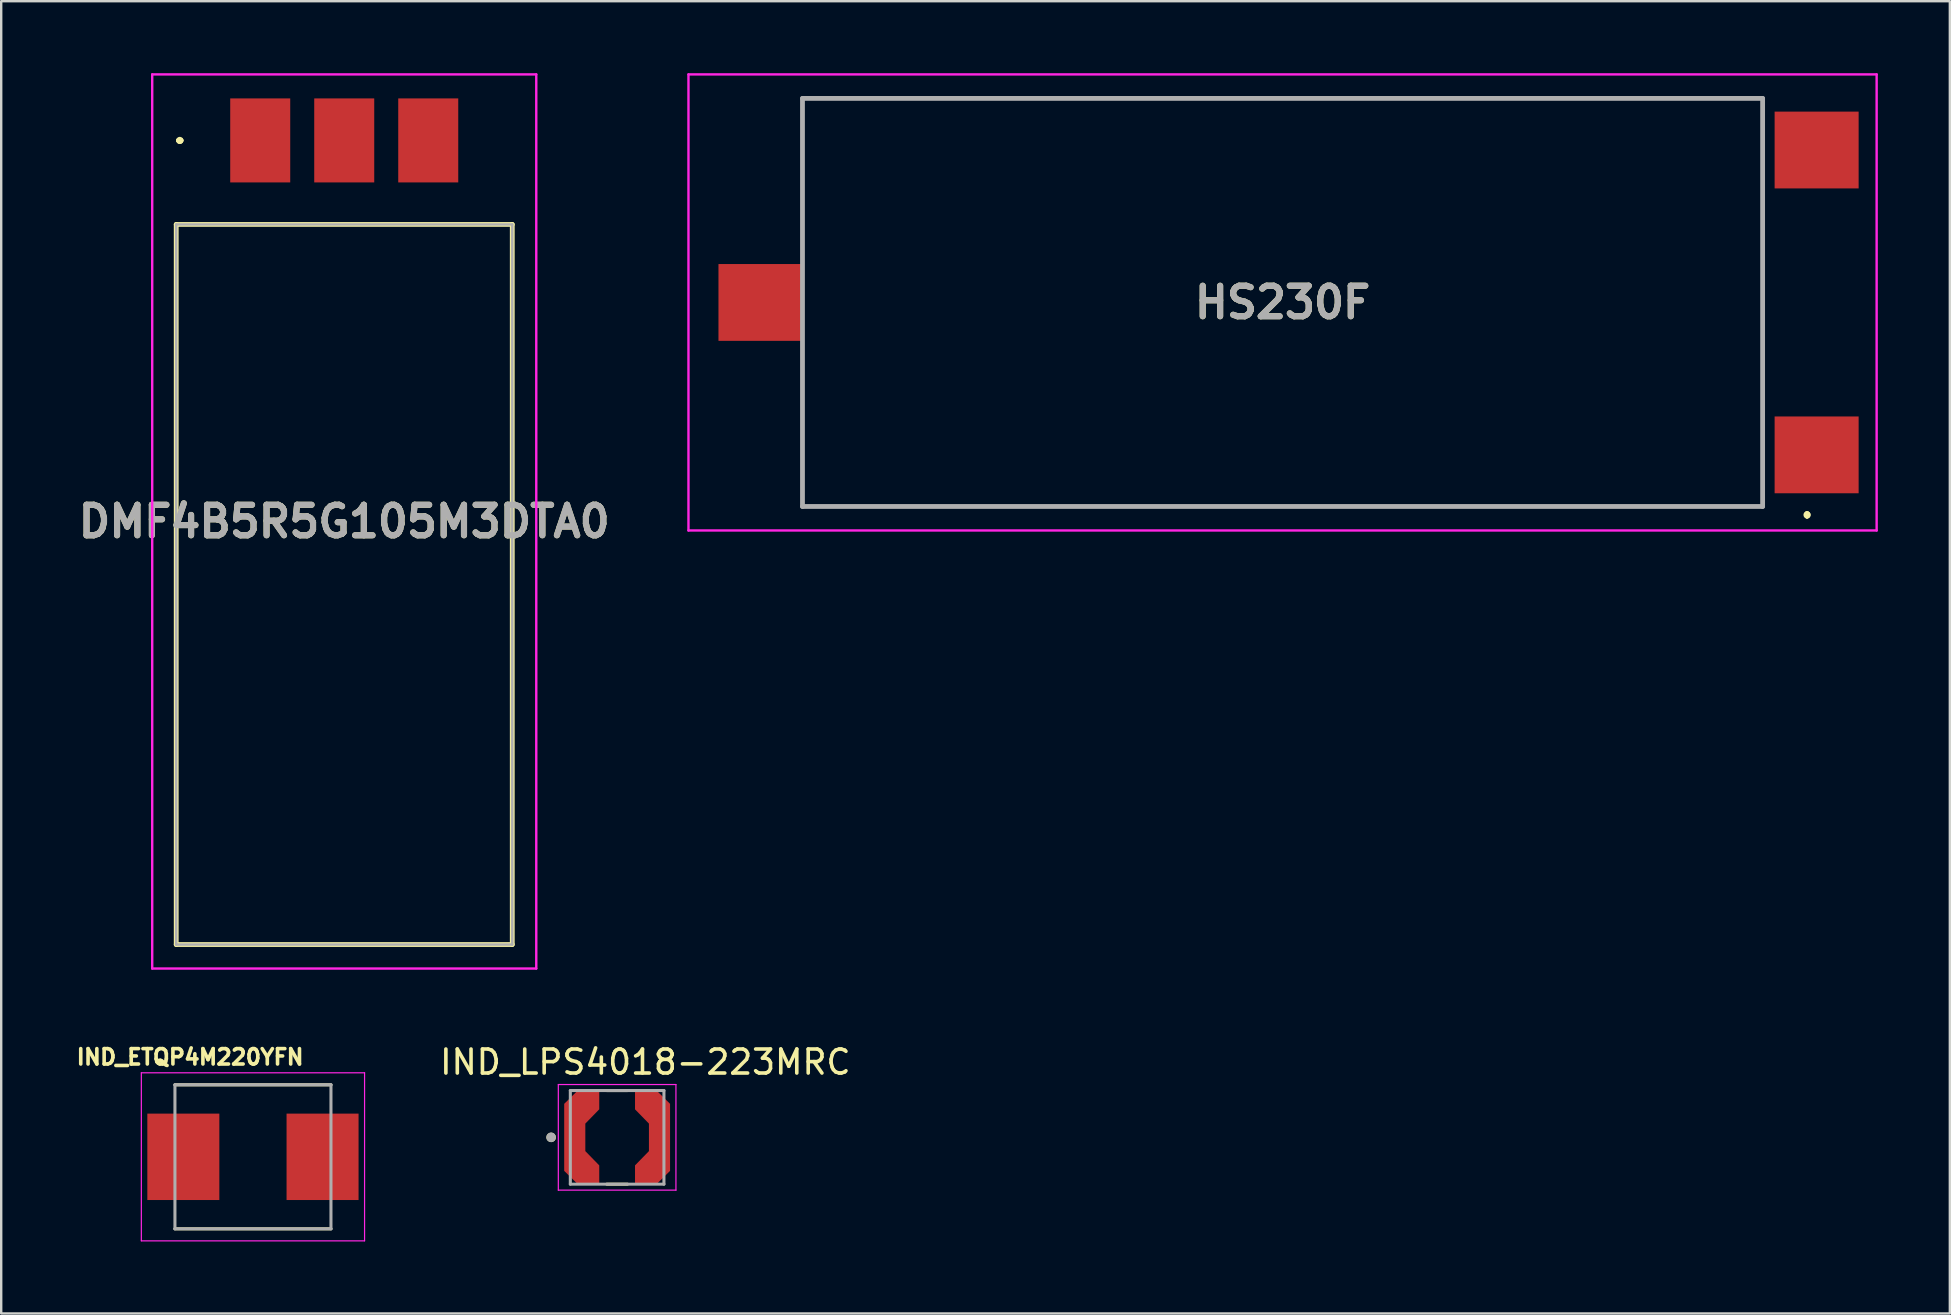
<source format=kicad_pcb>
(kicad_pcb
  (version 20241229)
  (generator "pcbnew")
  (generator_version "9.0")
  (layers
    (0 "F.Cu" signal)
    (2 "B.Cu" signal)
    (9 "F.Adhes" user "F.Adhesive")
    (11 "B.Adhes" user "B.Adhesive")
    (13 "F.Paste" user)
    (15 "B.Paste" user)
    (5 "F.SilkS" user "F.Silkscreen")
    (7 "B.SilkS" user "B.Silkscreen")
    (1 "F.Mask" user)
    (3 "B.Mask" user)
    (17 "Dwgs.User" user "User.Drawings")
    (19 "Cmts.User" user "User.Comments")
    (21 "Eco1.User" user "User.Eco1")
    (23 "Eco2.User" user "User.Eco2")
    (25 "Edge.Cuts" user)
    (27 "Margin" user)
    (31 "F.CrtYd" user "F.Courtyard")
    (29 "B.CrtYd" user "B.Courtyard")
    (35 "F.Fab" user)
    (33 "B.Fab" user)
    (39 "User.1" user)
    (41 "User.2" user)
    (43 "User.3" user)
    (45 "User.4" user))
  (footprint "IND_LPS4018-223MRC"
    (layer "F.Cu")
    (at 22.66 44.333)
    (property "Reference" "IND_LPS4018-223MRC" (at 1.175 -3.135 0) (layer "F.SilkS") (effects (font (size 1 1) (thickness 0.15))))
    (attr smd)
    (fp_poly (pts (xy -1.681 2.045) (xy -2.3 1.437) (xy -2.3 -1.437) (xy -1.681 -2.045) (xy -0.65 -2.045) (xy -0.65 -1.129) (xy -1.23 -0.534) (xy -1.23 0.534) (xy -0.65 1.129) (xy -0.65 2.045)) (stroke (width 0.01) (type solid)) (fill yes) (layer "F.Mask"))
    (fp_poly (pts (xy 1.681 -2.045) (xy 2.3 -1.437) (xy 2.3 1.437) (xy 1.681 2.045) (xy 0.65 2.045) (xy 0.65 1.129) (xy 1.23 0.534) (xy 1.23 -0.534) (xy 0.65 -1.129) (xy 0.65 -2.045)) (stroke (width 0.01) (type solid)) (fill yes) (layer "F.Mask"))
    (fp_line (start -0.43 -1.95) (end 0.43 -1.95) (stroke (width 0.127) (type solid)) (layer "F.SilkS"))
    (fp_line (start 0.43 1.95) (end -0.43 1.95) (stroke (width 0.127) (type solid)) (layer "F.SilkS"))
    (fp_circle (center -2.75 0) (end -2.65 0) (stroke (width 0.2) (type solid)) (fill no) (layer "F.SilkS"))
    (fp_poly (pts (xy -1.64 1.945) (xy -2.2 1.395) (xy -2.2 -1.395) (xy -1.64 -1.945) (xy -0.75 -1.945) (xy -0.75 -1.17) (xy -1.33 -0.575) (xy -1.33 0.575) (xy -0.75 1.17) (xy -0.75 1.945)) (stroke (width 0.01) (type solid)) (fill yes) (layer "F.Paste"))
    (fp_poly (pts (xy 1.64 -1.945) (xy 2.2 -1.395) (xy 2.2 1.395) (xy 1.64 1.945) (xy 0.75 1.945) (xy 0.75 1.17) (xy 1.33 0.575) (xy 1.33 -0.575) (xy 0.75 -1.17) (xy 0.75 -1.945)) (stroke (width 0.01) (type solid)) (fill yes) (layer "F.Paste"))
    (fp_line (start -2.45 -2.2) (end 2.45 -2.2) (stroke (width 0.05) (type solid)) (layer "F.CrtYd"))
    (fp_line (start -2.45 2.2) (end -2.45 -2.2) (stroke (width 0.05) (type solid)) (layer "F.CrtYd"))
    (fp_line (start 2.45 -2.2) (end 2.45 2.2) (stroke (width 0.05) (type solid)) (layer "F.CrtYd"))
    (fp_line (start 2.45 2.2) (end -2.45 2.2) (stroke (width 0.05) (type solid)) (layer "F.CrtYd"))
    (fp_line (start -1.95 -1.95) (end 1.95 -1.95) (stroke (width 0.127) (type solid)) (layer "F.Fab"))
    (fp_line (start -1.95 1.95) (end -1.95 -1.95) (stroke (width 0.127) (type solid)) (layer "F.Fab"))
    (fp_line (start 1.95 -1.95) (end 1.95 1.95) (stroke (width 0.127) (type solid)) (layer "F.Fab"))
    (fp_line (start 1.95 1.95) (end -1.95 1.95) (stroke (width 0.127) (type solid)) (layer "F.Fab"))
    (fp_circle (center -2.75 0) (end -2.65 0) (stroke (width 0.2) (type solid)) (fill no) (layer "F.Fab"))
    (pad "1" smd custom (at -1.765 0) (size 0.5 2.5) (layers "F.Cu") (options (anchor rect)) (primitives (gr_poly (pts (xy 0.125 1.945) (xy -0.435 1.395) (xy -0.435 -1.395) (xy 0.125 -1.945) (xy 1.015 -1.945) (xy 1.015 -1.17) (xy 0.435 -0.575) (xy 0.435 0.575) (xy 1.015 1.17) (xy 1.015 1.945)) (width 0.01) (fill yes))))
    (pad "2" smd custom (at 1.765 0) (size 0.5 2.5) (layers "F.Cu") (options (anchor rect)) (primitives (gr_poly (pts (xy -0.125 -1.945) (xy 0.435 -1.395) (xy 0.435 1.395) (xy -0.125 1.945) (xy -1.015 1.945) (xy -1.015 1.17) (xy -0.435 0.575) (xy -0.435 -0.575) (xy -1.015 -1.17) (xy -1.015 -1.945)) (width 0.01) (fill yes)))))
  (footprint "HS230F"
    (layer "F.Cu")
    (at 50.382 9.55)
    (property "Reference" "HS230F" (at 0 0 0) (layer "F.SilkS") (effects (font (size 1.27 1.27) (thickness 0.254))))
    (attr smd)
    (fp_line (start -20 -8.5) (end 20 -8.5) (stroke (width 0.1) (type solid)) (layer "F.SilkS"))
    (fp_line (start -20 -2.5) (end -20 -8.5) (stroke (width 0.1) (type solid)) (layer "F.SilkS"))
    (fp_line (start -20 2.5) (end -20 8.5) (stroke (width 0.1) (type solid)) (layer "F.SilkS"))
    (fp_line (start -20 8.5) (end 20 8.5) (stroke (width 0.1) (type solid)) (layer "F.SilkS"))
    (fp_line (start 20 -4) (end 20 4) (stroke (width 0.1) (type solid)) (layer "F.SilkS"))
    (fp_line (start 21.85 8.8) (end 21.85 8.8) (stroke (width 0.2) (type solid)) (layer "F.SilkS"))
    (fp_line (start 21.85 8.9) (end 21.85 8.9) (stroke (width 0.2) (type solid)) (layer "F.SilkS"))
    (fp_line (start 21.85 8.9) (end 21.85 8.9) (stroke (width 0.2) (type solid)) (layer "F.SilkS"))
    (fp_arc (start 21.85 8.8) (mid 21.9 8.85) (end 21.85 8.9) (stroke (width 0.2) (type solid)) (layer "F.SilkS"))
    (fp_arc (start 21.85 8.8) (mid 21.9 8.85) (end 21.85 8.9) (stroke (width 0.2) (type solid)) (layer "F.SilkS"))
    (fp_arc (start 21.85 8.9) (mid 21.8 8.85) (end 21.85 8.8) (stroke (width 0.2) (type solid)) (layer "F.SilkS"))
    (fp_line (start -24.75 -9.5) (end 24.75 -9.5) (stroke (width 0.1) (type solid)) (layer "F.CrtYd"))
    (fp_line (start -24.75 9.5) (end -24.75 -9.5) (stroke (width 0.1) (type solid)) (layer "F.CrtYd"))
    (fp_line (start 24.75 -9.5) (end 24.75 9.5) (stroke (width 0.1) (type solid)) (layer "F.CrtYd"))
    (fp_line (start 24.75 9.5) (end -24.75 9.5) (stroke (width 0.1) (type solid)) (layer "F.CrtYd"))
    (fp_line (start -20 -8.5) (end -20 8.5) (stroke (width 0.2) (type solid)) (layer "F.Fab"))
    (fp_line (start -20 8.5) (end 20 8.5) (stroke (width 0.2) (type solid)) (layer "F.Fab"))
    (fp_line (start 20 -8.5) (end -20 -8.5) (stroke (width 0.2) (type solid)) (layer "F.Fab"))
    (fp_line (start 20 8.5) (end 20 -8.5) (stroke (width 0.2) (type solid)) (layer "F.Fab"))
    (fp_text user "${REFERENCE}" (at 0 0 0) (layer "F.Fab") (effects (font (size 1.27 1.27) (thickness 0.254))))
    (pad "1" smd rect (at 22.25 6.35 90) (size 3.2 3.5) (layers "F.Cu" "F.Mask" "F.Paste"))
    (pad "2" smd rect (at 22.25 -6.35 90) (size 3.2 3.5) (layers "F.Cu" "F.Mask" "F.Paste"))
    (pad "3" smd rect (at -21.75 0 90) (size 3.2 3.5) (layers "F.Cu" "F.Mask" "F.Paste")))
  (footprint "IND_ETQP4M220YFN"
    (layer "F.Cu")
    (at 7.488 45.144)
    (property "Reference" "IND_ETQP4M220YFN" (at -2.618 -4.156 0) (layer "F.SilkS") (effects (font (size 0.64 0.64) (thickness 0.15))))
    (attr smd)
    (fp_line (start -3.25 -3) (end 3.25 -3) (stroke (width 0.127) (type solid)) (layer "F.SilkS"))
    (fp_line (start -3.25 3) (end 3.25 3) (stroke (width 0.127) (type solid)) (layer "F.SilkS"))
    (fp_line (start -4.65 -3.5) (end -4.65 3.5) (stroke (width 0.05) (type solid)) (layer "F.CrtYd"))
    (fp_line (start -4.65 3.5) (end 4.65 3.5) (stroke (width 0.05) (type solid)) (layer "F.CrtYd"))
    (fp_line (start 4.65 -3.5) (end -4.65 -3.5) (stroke (width 0.05) (type solid)) (layer "F.CrtYd"))
    (fp_line (start 4.65 3.5) (end 4.65 -3.5) (stroke (width 0.05) (type solid)) (layer "F.CrtYd"))
    (fp_line (start -3.25 -3) (end -3.25 3) (stroke (width 0.127) (type solid)) (layer "F.Fab"))
    (fp_line (start -3.25 -3) (end 3.25 -3) (stroke (width 0.127) (type solid)) (layer "F.Fab"))
    (fp_line (start -3.25 3) (end 3.25 3) (stroke (width 0.127) (type solid)) (layer "F.Fab"))
    (fp_line (start 3.25 -3) (end 3.25 3) (stroke (width 0.127) (type solid)) (layer "F.Fab"))
    (pad "1" smd rect (at -2.9 0) (size 3 3.6) (layers "F.Cu" "F.Mask" "F.Paste"))
    (pad "2" smd rect (at 2.9 0) (size 3 3.6) (layers "F.Cu" "F.Mask" "F.Paste"))
    (zone (net_name "") (layer "F.Cu") (hatch full 0.508) (connect_pads) (min_thickness 0.01) (filled_areas_thickness no) (keepout (tracks not_allowed) (vias not_allowed) (pads not_allowed) (copperpour not_allowed) (footprints allowed)) (placement (enabled no)) (fill) (polygon (pts (xy 3.938 41.644) (xy 3.938 43.344) (xy 6.088 43.344) (xy 6.088 46.944) (xy 3.938 46.944) (xy 3.938 48.644) (xy 11.038 48.644) (xy 11.038 46.944) (xy 8.888 46.944) (xy 8.888 43.344) (xy 11.038 43.344) (xy 11.038 41.644))))
    (zone (net_name "") (layers "F.Cu" "B.Cu") (hatch full 0.508) (connect_pads) (min_thickness 0.01) (filled_areas_thickness no) (keepout (tracks allowed) (vias not_allowed) (pads allowed) (copperpour allowed) (footprints allowed)) (placement (enabled no)) (fill) (polygon (pts (xy 3.938 41.644) (xy 3.938 43.344) (xy 6.088 43.344) (xy 6.088 46.944) (xy 3.938 46.944) (xy 3.938 48.644) (xy 11.038 48.644) (xy 11.038 46.944) (xy 8.888 46.944) (xy 8.888 43.344) (xy 11.038 43.344) (xy 11.038 41.644)))))
  (footprint "DMF4B5R5G105M3DTA0"
    (layer "F.Cu")
    (at 11.291 21.3)
    (property "Reference" "DMF4B5R5G105M3DTA0" (at 0 -2.625 0) (layer "F.SilkS") (effects (font (size 1.27 1.27) (thickness 0.254))))
    (attr smd)
    (fp_line (start -7 -15) (end 7 -15) (stroke (width 0.2) (type solid)) (layer "F.SilkS"))
    (fp_line (start -7 15) (end -7 -15) (stroke (width 0.2) (type solid)) (layer "F.SilkS"))
    (fp_line (start -6.9 -18.5) (end -6.9 -18.5) (stroke (width 0.2) (type solid)) (layer "F.SilkS"))
    (fp_line (start -6.9 -18.5) (end -6.9 -18.5) (stroke (width 0.2) (type solid)) (layer "F.SilkS"))
    (fp_line (start -6.8 -18.5) (end -6.8 -18.5) (stroke (width 0.2) (type solid)) (layer "F.SilkS"))
    (fp_line (start 7 -15) (end 7 15) (stroke (width 0.2) (type solid)) (layer "F.SilkS"))
    (fp_line (start 7 15) (end -7 15) (stroke (width 0.2) (type solid)) (layer "F.SilkS"))
    (fp_arc (start -6.9 -18.5) (mid -6.85 -18.55) (end -6.8 -18.5) (stroke (width 0.2) (type solid)) (layer "F.SilkS"))
    (fp_arc (start -6.8 -18.5) (mid -6.85 -18.45) (end -6.9 -18.5) (stroke (width 0.2) (type solid)) (layer "F.SilkS"))
    (fp_arc (start -6.8 -18.5) (mid -6.85 -18.45) (end -6.9 -18.5) (stroke (width 0.2) (type solid)) (layer "F.SilkS"))
    (fp_line (start -8 -21.25) (end 8 -21.25) (stroke (width 0.1) (type solid)) (layer "F.CrtYd"))
    (fp_line (start -8 16) (end -8 -21.25) (stroke (width 0.1) (type solid)) (layer "F.CrtYd"))
    (fp_line (start 8 -21.25) (end 8 16) (stroke (width 0.1) (type solid)) (layer "F.CrtYd"))
    (fp_line (start 8 16) (end -8 16) (stroke (width 0.1) (type solid)) (layer "F.CrtYd"))
    (fp_line (start -7 -15) (end -7 15) (stroke (width 0.1) (type solid)) (layer "F.Fab"))
    (fp_line (start -7 15) (end 7 15) (stroke (width 0.1) (type solid)) (layer "F.Fab"))
    (fp_line (start 7 -15) (end -7 -15) (stroke (width 0.1) (type solid)) (layer "F.Fab"))
    (fp_line (start 7 15) (end 7 -15) (stroke (width 0.1) (type solid)) (layer "F.Fab"))
    (fp_text user "${REFERENCE}" (at 0 -2.625 0) (layer "F.Fab") (effects (font (size 1.27 1.27) (thickness 0.254))))
    (pad "1" smd rect (at -3.5 -18.5) (size 2.5 3.5) (layers "F.Cu" "F.Mask" "F.Paste"))
    (pad "2" smd rect (at 0 -18.5) (size 2.5 3.5) (layers "F.Cu" "F.Mask" "F.Paste"))
    (pad "3" smd rect (at 3.5 -18.5) (size 2.5 3.5) (layers "F.Cu" "F.Mask" "F.Paste")))
  (gr_rect
    (start -3 -3)
    (end 78.182 51.669)
    (stroke (width 0.1) (type default))
    (fill no)
    (layer "Edge.Cuts")))
</source>
